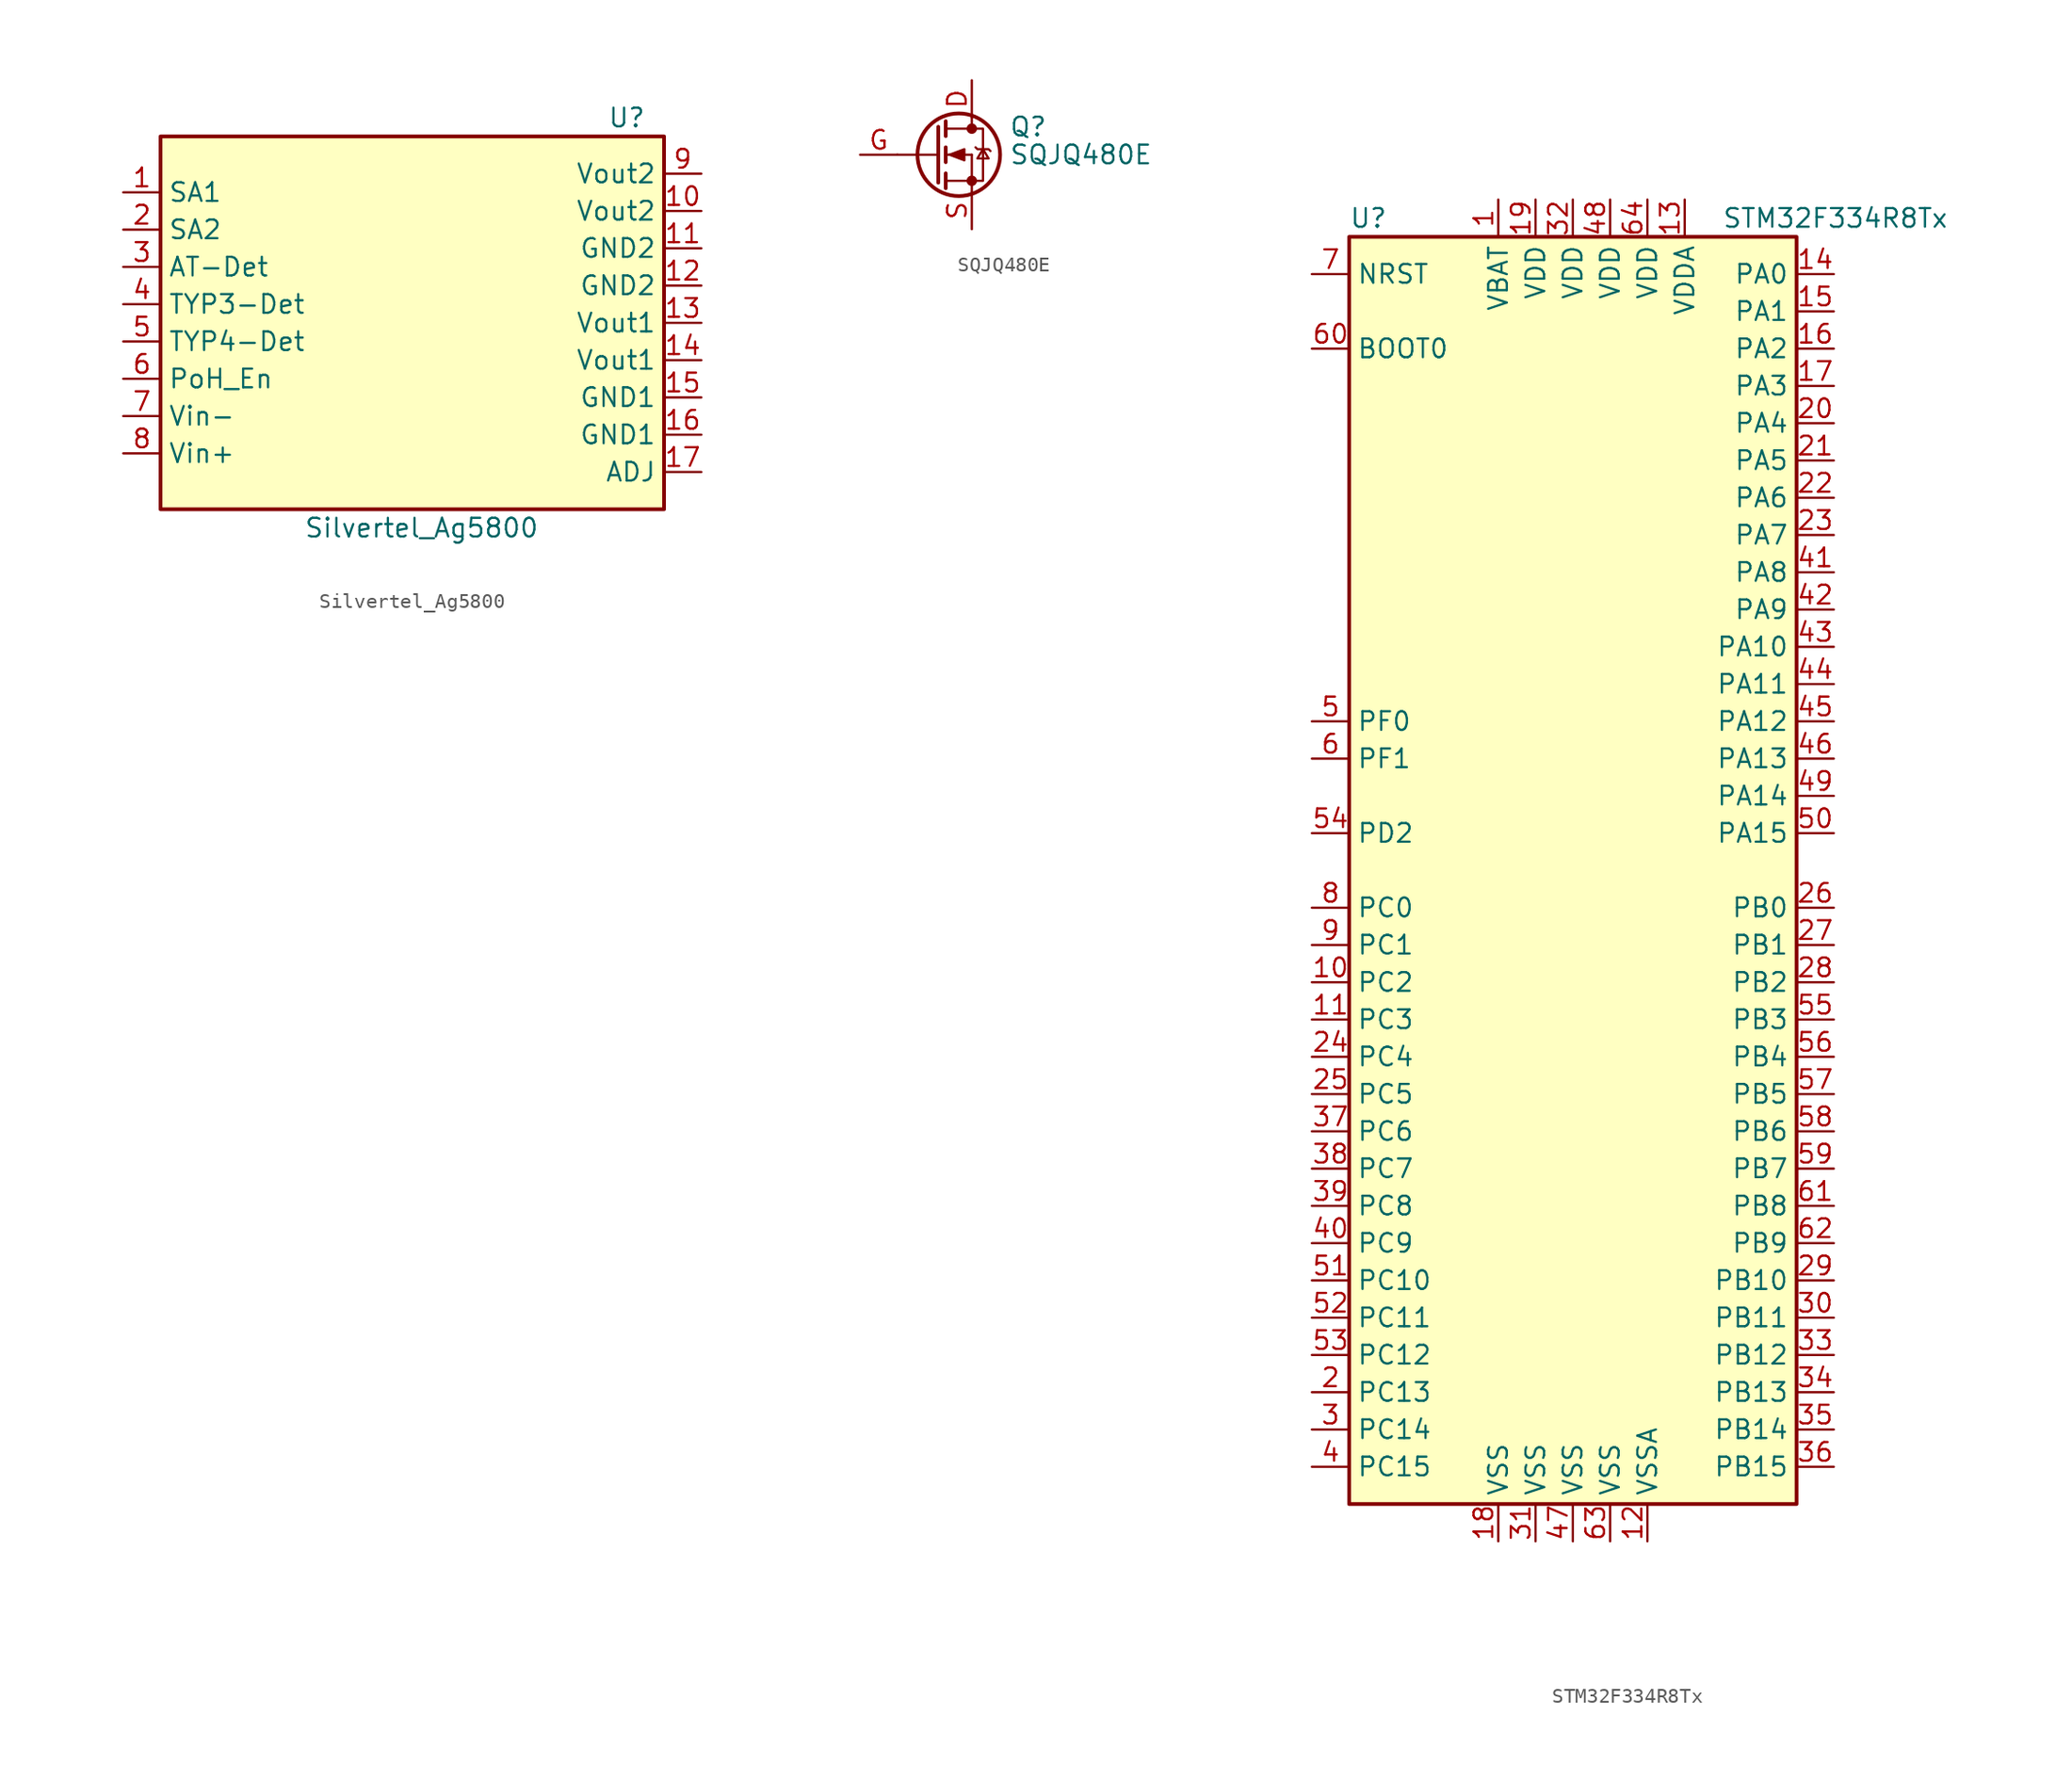
<source format=kicad_sym>
(kicad_symbol_lib
  (version 20211014)
  (generator kicad_symbol_editor)
  (symbol "Silvertel_Ag5800"
    (property "Reference" "U"
      (at 13.97 13.97 0)
      (effects (font (size 1.27 1.27))))
    (property "Value" "Silvertel_Ag5800"
      (at 0 -13.97 0)
      (effects (font (size 1.27 1.27))))
    (symbol "Silvertel_Ag5800_0_1"
      (rectangle (start -17.78 12.7) (end 16.51 -12.7) (stroke (width 0.254) (type default) (color 0 0 0 0)) (fill (type background))))
    (symbol "Silvertel_Ag5800_1_1"
      (pin passive line (at -20.32 8.89 0) (length 2.54) (name "SA1" (effects (font (size 1.27 1.27)))) (number "1" (effects (font (size 1.27 1.27)))))
      (pin power_out line (at 19.05 7.62 180) (length 2.54) (name "Vout2" (effects (font (size 1.27 1.27)))) (number "10" (effects (font (size 1.27 1.27)))))
      (pin power_out line (at 19.05 5.08 180) (length 2.54) (name "GND2" (effects (font (size 1.27 1.27)))) (number "11" (effects (font (size 1.27 1.27)))))
      (pin power_out line (at 19.05 2.54 180) (length 2.54) (name "GND2" (effects (font (size 1.27 1.27)))) (number "12" (effects (font (size 1.27 1.27)))))
      (pin power_out line (at 19.05 0 180) (length 2.54) (name "Vout1" (effects (font (size 1.27 1.27)))) (number "13" (effects (font (size 1.27 1.27)))))
      (pin power_out line (at 19.05 -2.54 180) (length 2.54) (name "Vout1" (effects (font (size 1.27 1.27)))) (number "14" (effects (font (size 1.27 1.27)))))
      (pin power_out line (at 19.05 -5.08 180) (length 2.54) (name "GND1" (effects (font (size 1.27 1.27)))) (number "15" (effects (font (size 1.27 1.27)))))
      (pin power_out line (at 19.05 -7.62 180) (length 2.54) (name "GND1" (effects (font (size 1.27 1.27)))) (number "16" (effects (font (size 1.27 1.27)))))
      (pin power_out line (at 19.05 -10.16 180) (length 2.54) (name "ADJ" (effects (font (size 1.27 1.27)))) (number "17" (effects (font (size 1.27 1.27)))))
      (pin passive line (at -20.32 6.35 0) (length 2.54) (name "SA2" (effects (font (size 1.27 1.27)))) (number "2" (effects (font (size 1.27 1.27)))))
      (pin passive line (at -20.32 3.81 0) (length 2.54) (name "AT-Det" (effects (font (size 1.27 1.27)))) (number "3" (effects (font (size 1.27 1.27)))))
      (pin passive line (at -20.32 1.27 0) (length 2.54) (name "TYP3-Det" (effects (font (size 1.27 1.27)))) (number "4" (effects (font (size 1.27 1.27)))))
      (pin passive line (at -20.32 -1.27 0) (length 2.54) (name "TYP4-Det" (effects (font (size 1.27 1.27)))) (number "5" (effects (font (size 1.27 1.27)))))
      (pin passive line (at -20.32 -3.81 0) (length 2.54) (name "PoH_En" (effects (font (size 1.27 1.27)))) (number "6" (effects (font (size 1.27 1.27)))))
      (pin power_in line (at -20.32 -6.35 0) (length 2.54) (name "Vin-" (effects (font (size 1.27 1.27)))) (number "7" (effects (font (size 1.27 1.27)))))
      (pin power_in line (at -20.32 -8.89 0) (length 2.54) (name "Vin+" (effects (font (size 1.27 1.27)))) (number "8" (effects (font (size 1.27 1.27)))))
      (pin power_out line (at 19.05 10.16 180) (length 2.54) (name "Vout2" (effects (font (size 1.27 1.27)))) (number "9" (effects (font (size 1.27 1.27)))))))
  (symbol "SQJQ480E"
    (pin_names
      (offset 0) hide)
    (property "Reference" "Q"
      (at 5.08 1.905 0)
      (effects (font (size 1.27 1.27)) (justify left)))
    (property "Value" "SQJQ480E"
      (at 5.08 0 0)
      (effects (font (size 1.27 1.27)) (justify left)))
    (symbol "SQJQ480E_0_1"
      (polyline (pts (xy -2.54 0) (xy 0.254 0)) (stroke (width 0) (type default) (color 0 0 0 0)) (fill (type none)))
      (polyline (pts (xy 0.762 -1.778) (xy 2.54 -1.778)) (stroke (width 0) (type default) (color 0 0 0 0)) (fill (type none)))
      (polyline (pts (xy 0.762 -1.27) (xy 0.762 -2.286)) (stroke (width 0.254) (type default) (color 0 0 0 0)) (fill (type none)))
      (polyline (pts (xy 0.762 0) (xy 2.54 0)) (stroke (width 0) (type default) (color 0 0 0 0)) (fill (type none)))
      (polyline (pts (xy 0.762 0.508) (xy 0.762 -0.508)) (stroke (width 0.254) (type default) (color 0 0 0 0)) (fill (type none)))
      (polyline (pts (xy 0.762 1.778) (xy 2.54 1.778)) (stroke (width 0) (type default) (color 0 0 0 0)) (fill (type none)))
      (polyline (pts (xy 0.762 2.286) (xy 0.762 1.27)) (stroke (width 0.254) (type default) (color 0 0 0 0)) (fill (type none)))
      (polyline (pts (xy 2.54 -1.778) (xy 2.54 -2.54)) (stroke (width 0) (type default) (color 0 0 0 0)) (fill (type none)))
      (polyline (pts (xy 2.54 -1.778) (xy 2.54 0)) (stroke (width 0) (type default) (color 0 0 0 0)) (fill (type none)))
      (polyline (pts (xy 2.54 2.54) (xy 2.54 1.778)) (stroke (width 0) (type default) (color 0 0 0 0)) (fill (type none)))
      (polyline (pts (xy 0.254 1.905) (xy 0.254 -1.905) (xy 0.254 -1.905)) (stroke (width 0.254) (type default) (color 0 0 0 0)) (fill (type none)))
      (polyline (pts (xy 1.016 0) (xy 2.032 0.381) (xy 2.032 -0.381) (xy 1.016 0)) (stroke (width 0) (type default) (color 0 0 0 0)) (fill (type outline)))
      (polyline (pts (xy 2.54 -1.778) (xy 3.302 -1.778) (xy 3.302 1.778) (xy 2.54 1.778)) (stroke (width 0) (type default) (color 0 0 0 0)) (fill (type none)))
      (polyline (pts (xy 2.794 0.508) (xy 2.921 0.381) (xy 3.683 0.381) (xy 3.81 0.254)) (stroke (width 0) (type default) (color 0 0 0 0)) (fill (type none)))
      (polyline (pts (xy 3.302 0.381) (xy 2.921 -0.254) (xy 3.683 -0.254) (xy 3.302 0.381)) (stroke (width 0) (type default) (color 0 0 0 0)) (fill (type none)))
      (circle (center 1.651 0) (radius 2.819) (stroke (width 0.254) (type default) (color 0 0 0 0)) (fill (type none)))
      (circle (center 2.54 -1.778) (radius 0.279) (stroke (width 0) (type default) (color 0 0 0 0)) (fill (type outline)))
      (circle (center 2.54 1.778) (radius 0.279) (stroke (width 0) (type default) (color 0 0 0 0)) (fill (type outline))))
    (symbol "SQJQ480E_1_1"
      (pin passive line (at 2.54 5.08 270) (length 2.54) (name "Drain" (effects (font (size 1.27 1.27)))) (number "D" (effects (font (size 1.27 1.27)))))
      (pin input line (at -5.08 0 0) (length 2.54) (name "Gate" (effects (font (size 1.27 1.27)))) (number "G" (effects (font (size 1.27 1.27)))))
      (pin passive line (at 2.54 -5.08 90) (length 2.54) (name "Source" (effects (font (size 1.27 1.27)))) (number "S" (effects (font (size 1.27 1.27)))))))
  (symbol "STM32F334R8Tx"
    (property "Reference" "U"
      (at -15.24 44.45 0)
      (effects (font (size 1.27 1.27)) (justify left)))
    (property "Value" "STM32F334R8Tx"
      (at 10.16 44.45 0)
      (effects (font (size 1.27 1.27)) (justify left)))
    (symbol "STM32F334R8Tx_0_1"
      (rectangle (start -15.24 -43.18) (end 15.24 43.18) (stroke (width 0.254) (type default) (color 0 0 0 0)) (fill (type background))))
    (symbol "STM32F334R8Tx_1_1"
      (pin power_in line (at -5.08 45.72 270) (length 2.54) (name "VBAT" (effects (font (size 1.27 1.27)))) (number "1" (effects (font (size 1.27 1.27)))))
      (pin bidirectional line (at -17.78 -7.62 0) (length 2.54) (name "PC2" (effects (font (size 1.27 1.27)))) (number "10" (effects (font (size 1.27 1.27)))))
      (pin bidirectional line (at -17.78 -10.16 0) (length 2.54) (name "PC3" (effects (font (size 1.27 1.27)))) (number "11" (effects (font (size 1.27 1.27)))))
      (pin power_in line (at 5.08 -45.72 90) (length 2.54) (name "VSSA" (effects (font (size 1.27 1.27)))) (number "12" (effects (font (size 1.27 1.27)))))
      (pin power_in line (at 7.62 45.72 270) (length 2.54) (name "VDDA" (effects (font (size 1.27 1.27)))) (number "13" (effects (font (size 1.27 1.27)))))
      (pin bidirectional line (at 17.78 40.64 180) (length 2.54) (name "PA0" (effects (font (size 1.27 1.27)))) (number "14" (effects (font (size 1.27 1.27)))))
      (pin bidirectional line (at 17.78 38.1 180) (length 2.54) (name "PA1" (effects (font (size 1.27 1.27)))) (number "15" (effects (font (size 1.27 1.27)))))
      (pin bidirectional line (at 17.78 35.56 180) (length 2.54) (name "PA2" (effects (font (size 1.27 1.27)))) (number "16" (effects (font (size 1.27 1.27)))))
      (pin bidirectional line (at 17.78 33.02 180) (length 2.54) (name "PA3" (effects (font (size 1.27 1.27)))) (number "17" (effects (font (size 1.27 1.27)))))
      (pin power_in line (at -5.08 -45.72 90) (length 2.54) (name "VSS" (effects (font (size 1.27 1.27)))) (number "18" (effects (font (size 1.27 1.27)))))
      (pin power_in line (at -2.54 45.72 270) (length 2.54) (name "VDD" (effects (font (size 1.27 1.27)))) (number "19" (effects (font (size 1.27 1.27)))))
      (pin bidirectional line (at -17.78 -35.56 0) (length 2.54) (name "PC13" (effects (font (size 1.27 1.27)))) (number "2" (effects (font (size 1.27 1.27)))))
      (pin bidirectional line (at 17.78 30.48 180) (length 2.54) (name "PA4" (effects (font (size 1.27 1.27)))) (number "20" (effects (font (size 1.27 1.27)))))
      (pin bidirectional line (at 17.78 27.94 180) (length 2.54) (name "PA5" (effects (font (size 1.27 1.27)))) (number "21" (effects (font (size 1.27 1.27)))))
      (pin bidirectional line (at 17.78 25.4 180) (length 2.54) (name "PA6" (effects (font (size 1.27 1.27)))) (number "22" (effects (font (size 1.27 1.27)))))
      (pin bidirectional line (at 17.78 22.86 180) (length 2.54) (name "PA7" (effects (font (size 1.27 1.27)))) (number "23" (effects (font (size 1.27 1.27)))))
      (pin bidirectional line (at -17.78 -12.7 0) (length 2.54) (name "PC4" (effects (font (size 1.27 1.27)))) (number "24" (effects (font (size 1.27 1.27)))))
      (pin bidirectional line (at -17.78 -15.24 0) (length 2.54) (name "PC5" (effects (font (size 1.27 1.27)))) (number "25" (effects (font (size 1.27 1.27)))))
      (pin bidirectional line (at 17.78 -2.54 180) (length 2.54) (name "PB0" (effects (font (size 1.27 1.27)))) (number "26" (effects (font (size 1.27 1.27)))))
      (pin bidirectional line (at 17.78 -5.08 180) (length 2.54) (name "PB1" (effects (font (size 1.27 1.27)))) (number "27" (effects (font (size 1.27 1.27)))))
      (pin bidirectional line (at 17.78 -7.62 180) (length 2.54) (name "PB2" (effects (font (size 1.27 1.27)))) (number "28" (effects (font (size 1.27 1.27)))))
      (pin bidirectional line (at 17.78 -27.94 180) (length 2.54) (name "PB10" (effects (font (size 1.27 1.27)))) (number "29" (effects (font (size 1.27 1.27)))))
      (pin bidirectional line (at -17.78 -38.1 0) (length 2.54) (name "PC14" (effects (font (size 1.27 1.27)))) (number "3" (effects (font (size 1.27 1.27)))))
      (pin bidirectional line (at 17.78 -30.48 180) (length 2.54) (name "PB11" (effects (font (size 1.27 1.27)))) (number "30" (effects (font (size 1.27 1.27)))))
      (pin power_in line (at -2.54 -45.72 90) (length 2.54) (name "VSS" (effects (font (size 1.27 1.27)))) (number "31" (effects (font (size 1.27 1.27)))))
      (pin power_in line (at 0 45.72 270) (length 2.54) (name "VDD" (effects (font (size 1.27 1.27)))) (number "32" (effects (font (size 1.27 1.27)))))
      (pin bidirectional line (at 17.78 -33.02 180) (length 2.54) (name "PB12" (effects (font (size 1.27 1.27)))) (number "33" (effects (font (size 1.27 1.27)))))
      (pin bidirectional line (at 17.78 -35.56 180) (length 2.54) (name "PB13" (effects (font (size 1.27 1.27)))) (number "34" (effects (font (size 1.27 1.27)))))
      (pin bidirectional line (at 17.78 -38.1 180) (length 2.54) (name "PB14" (effects (font (size 1.27 1.27)))) (number "35" (effects (font (size 1.27 1.27)))))
      (pin bidirectional line (at 17.78 -40.64 180) (length 2.54) (name "PB15" (effects (font (size 1.27 1.27)))) (number "36" (effects (font (size 1.27 1.27)))))
      (pin bidirectional line (at -17.78 -17.78 0) (length 2.54) (name "PC6" (effects (font (size 1.27 1.27)))) (number "37" (effects (font (size 1.27 1.27)))))
      (pin bidirectional line (at -17.78 -20.32 0) (length 2.54) (name "PC7" (effects (font (size 1.27 1.27)))) (number "38" (effects (font (size 1.27 1.27)))))
      (pin bidirectional line (at -17.78 -22.86 0) (length 2.54) (name "PC8" (effects (font (size 1.27 1.27)))) (number "39" (effects (font (size 1.27 1.27)))))
      (pin bidirectional line (at -17.78 -40.64 0) (length 2.54) (name "PC15" (effects (font (size 1.27 1.27)))) (number "4" (effects (font (size 1.27 1.27)))))
      (pin bidirectional line (at -17.78 -25.4 0) (length 2.54) (name "PC9" (effects (font (size 1.27 1.27)))) (number "40" (effects (font (size 1.27 1.27)))))
      (pin bidirectional line (at 17.78 20.32 180) (length 2.54) (name "PA8" (effects (font (size 1.27 1.27)))) (number "41" (effects (font (size 1.27 1.27)))))
      (pin bidirectional line (at 17.78 17.78 180) (length 2.54) (name "PA9" (effects (font (size 1.27 1.27)))) (number "42" (effects (font (size 1.27 1.27)))))
      (pin bidirectional line (at 17.78 15.24 180) (length 2.54) (name "PA10" (effects (font (size 1.27 1.27)))) (number "43" (effects (font (size 1.27 1.27)))))
      (pin bidirectional line (at 17.78 12.7 180) (length 2.54) (name "PA11" (effects (font (size 1.27 1.27)))) (number "44" (effects (font (size 1.27 1.27)))))
      (pin bidirectional line (at 17.78 10.16 180) (length 2.54) (name "PA12" (effects (font (size 1.27 1.27)))) (number "45" (effects (font (size 1.27 1.27)))))
      (pin bidirectional line (at 17.78 7.62 180) (length 2.54) (name "PA13" (effects (font (size 1.27 1.27)))) (number "46" (effects (font (size 1.27 1.27)))))
      (pin power_in line (at 0 -45.72 90) (length 2.54) (name "VSS" (effects (font (size 1.27 1.27)))) (number "47" (effects (font (size 1.27 1.27)))))
      (pin power_in line (at 2.54 45.72 270) (length 2.54) (name "VDD" (effects (font (size 1.27 1.27)))) (number "48" (effects (font (size 1.27 1.27)))))
      (pin bidirectional line (at 17.78 5.08 180) (length 2.54) (name "PA14" (effects (font (size 1.27 1.27)))) (number "49" (effects (font (size 1.27 1.27)))))
      (pin input line (at -17.78 10.16 0) (length 2.54) (name "PF0" (effects (font (size 1.27 1.27)))) (number "5" (effects (font (size 1.27 1.27)))))
      (pin bidirectional line (at 17.78 2.54 180) (length 2.54) (name "PA15" (effects (font (size 1.27 1.27)))) (number "50" (effects (font (size 1.27 1.27)))))
      (pin bidirectional line (at -17.78 -27.94 0) (length 2.54) (name "PC10" (effects (font (size 1.27 1.27)))) (number "51" (effects (font (size 1.27 1.27)))))
      (pin bidirectional line (at -17.78 -30.48 0) (length 2.54) (name "PC11" (effects (font (size 1.27 1.27)))) (number "52" (effects (font (size 1.27 1.27)))))
      (pin bidirectional line (at -17.78 -33.02 0) (length 2.54) (name "PC12" (effects (font (size 1.27 1.27)))) (number "53" (effects (font (size 1.27 1.27)))))
      (pin bidirectional line (at -17.78 2.54 0) (length 2.54) (name "PD2" (effects (font (size 1.27 1.27)))) (number "54" (effects (font (size 1.27 1.27)))))
      (pin bidirectional line (at 17.78 -10.16 180) (length 2.54) (name "PB3" (effects (font (size 1.27 1.27)))) (number "55" (effects (font (size 1.27 1.27)))))
      (pin bidirectional line (at 17.78 -12.7 180) (length 2.54) (name "PB4" (effects (font (size 1.27 1.27)))) (number "56" (effects (font (size 1.27 1.27)))))
      (pin bidirectional line (at 17.78 -15.24 180) (length 2.54) (name "PB5" (effects (font (size 1.27 1.27)))) (number "57" (effects (font (size 1.27 1.27)))))
      (pin bidirectional line (at 17.78 -17.78 180) (length 2.54) (name "PB6" (effects (font (size 1.27 1.27)))) (number "58" (effects (font (size 1.27 1.27)))))
      (pin bidirectional line (at 17.78 -20.32 180) (length 2.54) (name "PB7" (effects (font (size 1.27 1.27)))) (number "59" (effects (font (size 1.27 1.27)))))
      (pin input line (at -17.78 7.62 0) (length 2.54) (name "PF1" (effects (font (size 1.27 1.27)))) (number "6" (effects (font (size 1.27 1.27)))))
      (pin input line (at -17.78 35.56 0) (length 2.54) (name "BOOT0" (effects (font (size 1.27 1.27)))) (number "60" (effects (font (size 1.27 1.27)))))
      (pin bidirectional line (at 17.78 -22.86 180) (length 2.54) (name "PB8" (effects (font (size 1.27 1.27)))) (number "61" (effects (font (size 1.27 1.27)))))
      (pin bidirectional line (at 17.78 -25.4 180) (length 2.54) (name "PB9" (effects (font (size 1.27 1.27)))) (number "62" (effects (font (size 1.27 1.27)))))
      (pin power_in line (at 2.54 -45.72 90) (length 2.54) (name "VSS" (effects (font (size 1.27 1.27)))) (number "63" (effects (font (size 1.27 1.27)))))
      (pin power_in line (at 5.08 45.72 270) (length 2.54) (name "VDD" (effects (font (size 1.27 1.27)))) (number "64" (effects (font (size 1.27 1.27)))))
      (pin input line (at -17.78 40.64 0) (length 2.54) (name "NRST" (effects (font (size 1.27 1.27)))) (number "7" (effects (font (size 1.27 1.27)))))
      (pin bidirectional line (at -17.78 -2.54 0) (length 2.54) (name "PC0" (effects (font (size 1.27 1.27)))) (number "8" (effects (font (size 1.27 1.27)))))
      (pin bidirectional line (at -17.78 -5.08 0) (length 2.54) (name "PC1" (effects (font (size 1.27 1.27)))) (number "9" (effects (font (size 1.27 1.27))))))))
</source>
